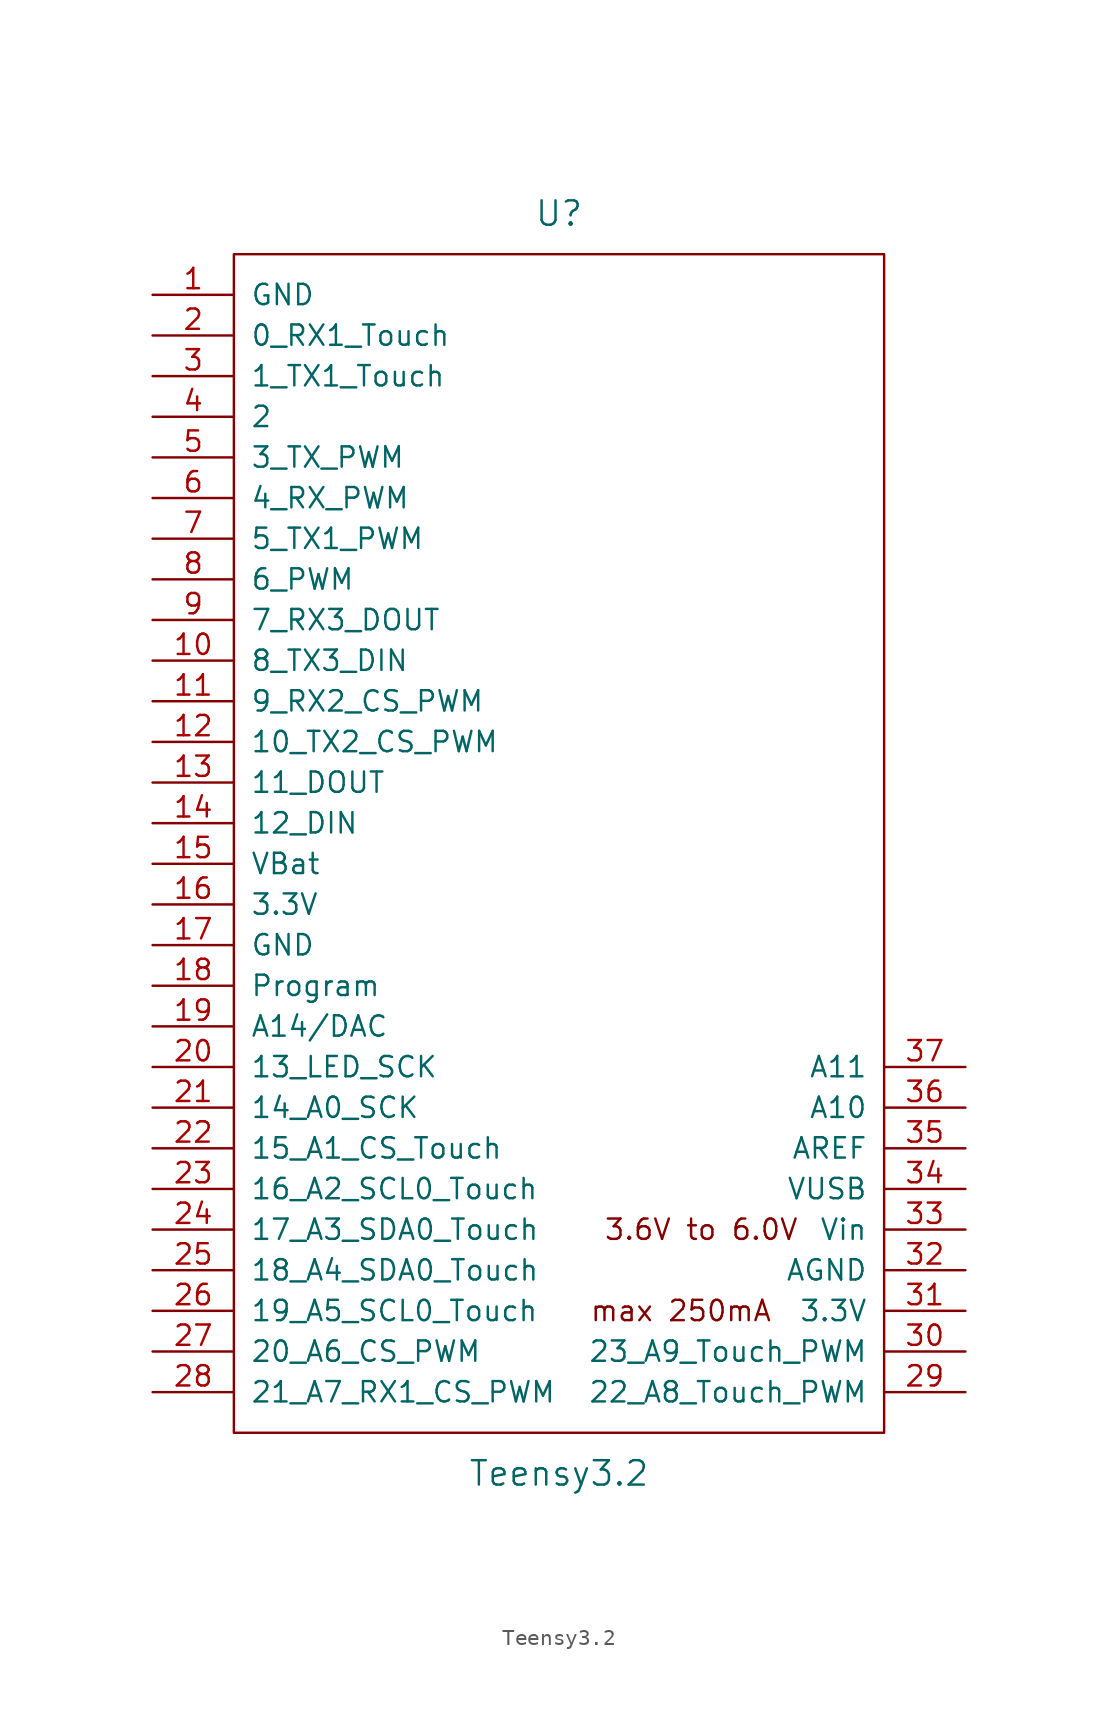
<source format=kicad_sym>
(kicad_symbol_lib
  (version 20211014)
  (generator kicad_symbol_editor)
  (symbol "Teensy3.2"
    (pin_names
      (offset 1.016))
    (property "Reference" "U"
      (at 0 39.37 0)
      (effects (font (size 1.524 1.524))))
    (property "Value" "Teensy3.2"
      (at 0 -39.37 0)
      (effects (font (size 1.524 1.524))))
    (property "Footprint" ""
      (at 0 -19.05 0)
      (effects (font (size 1.524 1.524))))
    (property "Datasheet" ""
      (at 0 -19.05 0)
      (effects (font (size 1.524 1.524))))
    (symbol "Teensy3.2_0_0"
      (text "3.6V to 6.0V" (at 8.89 -24.13 0) (effects (font (size 1.27 1.27))))
      (text "max 250mA" (at 7.62 -29.21 0) (effects (font (size 1.27 1.27)))))
    (symbol "Teensy3.2_0_1"
      (rectangle (start -20.32 -36.83) (end 20.32 36.83) (stroke (width 0) (type default) (color 0 0 0 0)) (fill (type none))))
    (symbol "Teensy3.2_1_1"
      (pin power_in line (at -25.4 34.29 0) (length 5.08) (name "GND" (effects (font (size 1.27 1.27)))) (number "1" (effects (font (size 1.27 1.27)))))
      (pin bidirectional line (at -25.4 11.43 0) (length 5.08) (name "8_TX3_DIN" (effects (font (size 1.27 1.27)))) (number "10" (effects (font (size 1.27 1.27)))))
      (pin bidirectional line (at -25.4 8.89 0) (length 5.08) (name "9_RX2_CS_PWM" (effects (font (size 1.27 1.27)))) (number "11" (effects (font (size 1.27 1.27)))))
      (pin bidirectional line (at -25.4 6.35 0) (length 5.08) (name "10_TX2_CS_PWM" (effects (font (size 1.27 1.27)))) (number "12" (effects (font (size 1.27 1.27)))))
      (pin bidirectional line (at -25.4 3.81 0) (length 5.08) (name "11_DOUT" (effects (font (size 1.27 1.27)))) (number "13" (effects (font (size 1.27 1.27)))))
      (pin bidirectional line (at -25.4 1.27 0) (length 5.08) (name "12_DIN" (effects (font (size 1.27 1.27)))) (number "14" (effects (font (size 1.27 1.27)))))
      (pin power_in line (at -25.4 -1.27 0) (length 5.08) (name "VBat" (effects (font (size 1.27 1.27)))) (number "15" (effects (font (size 1.27 1.27)))))
      (pin power_out line (at -25.4 -3.81 0) (length 5.08) (name "3.3V" (effects (font (size 1.27 1.27)))) (number "16" (effects (font (size 1.27 1.27)))))
      (pin power_in line (at -25.4 -6.35 0) (length 5.08) (name "GND" (effects (font (size 1.27 1.27)))) (number "17" (effects (font (size 1.27 1.27)))))
      (pin input line (at -25.4 -8.89 0) (length 5.08) (name "Program" (effects (font (size 1.27 1.27)))) (number "18" (effects (font (size 1.27 1.27)))))
      (pin bidirectional line (at -25.4 -11.43 0) (length 5.08) (name "A14/DAC" (effects (font (size 1.27 1.27)))) (number "19" (effects (font (size 1.27 1.27)))))
      (pin bidirectional line (at -25.4 31.75 0) (length 5.08) (name "0_RX1_Touch" (effects (font (size 1.27 1.27)))) (number "2" (effects (font (size 1.27 1.27)))))
      (pin bidirectional line (at -25.4 -13.97 0) (length 5.08) (name "13_LED_SCK" (effects (font (size 1.27 1.27)))) (number "20" (effects (font (size 1.27 1.27)))))
      (pin bidirectional line (at -25.4 -16.51 0) (length 5.08) (name "14_A0_SCK" (effects (font (size 1.27 1.27)))) (number "21" (effects (font (size 1.27 1.27)))))
      (pin bidirectional line (at -25.4 -19.05 0) (length 5.08) (name "15_A1_CS_Touch" (effects (font (size 1.27 1.27)))) (number "22" (effects (font (size 1.27 1.27)))))
      (pin bidirectional line (at -25.4 -21.59 0) (length 5.08) (name "16_A2_SCL0_Touch" (effects (font (size 1.27 1.27)))) (number "23" (effects (font (size 1.27 1.27)))))
      (pin bidirectional line (at -25.4 -24.13 0) (length 5.08) (name "17_A3_SDA0_Touch" (effects (font (size 1.27 1.27)))) (number "24" (effects (font (size 1.27 1.27)))))
      (pin bidirectional line (at -25.4 -26.67 0) (length 5.08) (name "18_A4_SDA0_Touch" (effects (font (size 1.27 1.27)))) (number "25" (effects (font (size 1.27 1.27)))))
      (pin bidirectional line (at -25.4 -29.21 0) (length 5.08) (name "19_A5_SCL0_Touch" (effects (font (size 1.27 1.27)))) (number "26" (effects (font (size 1.27 1.27)))))
      (pin bidirectional line (at -25.4 -31.75 0) (length 5.08) (name "20_A6_CS_PWM" (effects (font (size 1.27 1.27)))) (number "27" (effects (font (size 1.27 1.27)))))
      (pin bidirectional line (at -25.4 -34.29 0) (length 5.08) (name "21_A7_RX1_CS_PWM" (effects (font (size 1.27 1.27)))) (number "28" (effects (font (size 1.27 1.27)))))
      (pin bidirectional line (at 25.4 -34.29 180) (length 5.08) (name "22_A8_Touch_PWM" (effects (font (size 1.27 1.27)))) (number "29" (effects (font (size 1.27 1.27)))))
      (pin bidirectional line (at -25.4 29.21 0) (length 5.08) (name "1_TX1_Touch" (effects (font (size 1.27 1.27)))) (number "3" (effects (font (size 1.27 1.27)))))
      (pin bidirectional line (at 25.4 -31.75 180) (length 5.08) (name "23_A9_Touch_PWM" (effects (font (size 1.27 1.27)))) (number "30" (effects (font (size 1.27 1.27)))))
      (pin power_out line (at 25.4 -29.21 180) (length 5.08) (name "3.3V" (effects (font (size 1.27 1.27)))) (number "31" (effects (font (size 1.27 1.27)))))
      (pin power_out line (at 25.4 -26.67 180) (length 5.08) (name "AGND" (effects (font (size 1.27 1.27)))) (number "32" (effects (font (size 1.27 1.27)))))
      (pin power_in line (at 25.4 -24.13 180) (length 5.08) (name "Vin" (effects (font (size 1.27 1.27)))) (number "33" (effects (font (size 1.27 1.27)))))
      (pin power_in line (at 25.4 -21.59 180) (length 5.08) (name "VUSB" (effects (font (size 1.27 1.27)))) (number "34" (effects (font (size 1.27 1.27)))))
      (pin input line (at 25.4 -19.05 180) (length 5.08) (name "AREF" (effects (font (size 1.27 1.27)))) (number "35" (effects (font (size 1.27 1.27)))))
      (pin bidirectional line (at 25.4 -16.51 180) (length 5.08) (name "A10" (effects (font (size 1.27 1.27)))) (number "36" (effects (font (size 1.27 1.27)))))
      (pin bidirectional line (at 25.4 -13.97 180) (length 5.08) (name "A11" (effects (font (size 1.27 1.27)))) (number "37" (effects (font (size 1.27 1.27)))))
      (pin bidirectional line (at -25.4 26.67 0) (length 5.08) (name "2" (effects (font (size 1.27 1.27)))) (number "4" (effects (font (size 1.27 1.27)))))
      (pin bidirectional line (at -25.4 24.13 0) (length 5.08) (name "3_TX_PWM" (effects (font (size 1.27 1.27)))) (number "5" (effects (font (size 1.27 1.27)))))
      (pin bidirectional line (at -25.4 21.59 0) (length 5.08) (name "4_RX_PWM" (effects (font (size 1.27 1.27)))) (number "6" (effects (font (size 1.27 1.27)))))
      (pin bidirectional line (at -25.4 19.05 0) (length 5.08) (name "5_TX1_PWM" (effects (font (size 1.27 1.27)))) (number "7" (effects (font (size 1.27 1.27)))))
      (pin bidirectional line (at -25.4 16.51 0) (length 5.08) (name "6_PWM" (effects (font (size 1.27 1.27)))) (number "8" (effects (font (size 1.27 1.27)))))
      (pin bidirectional line (at -25.4 13.97 0) (length 5.08) (name "7_RX3_DOUT" (effects (font (size 1.27 1.27)))) (number "9" (effects (font (size 1.27 1.27))))))))
</source>
